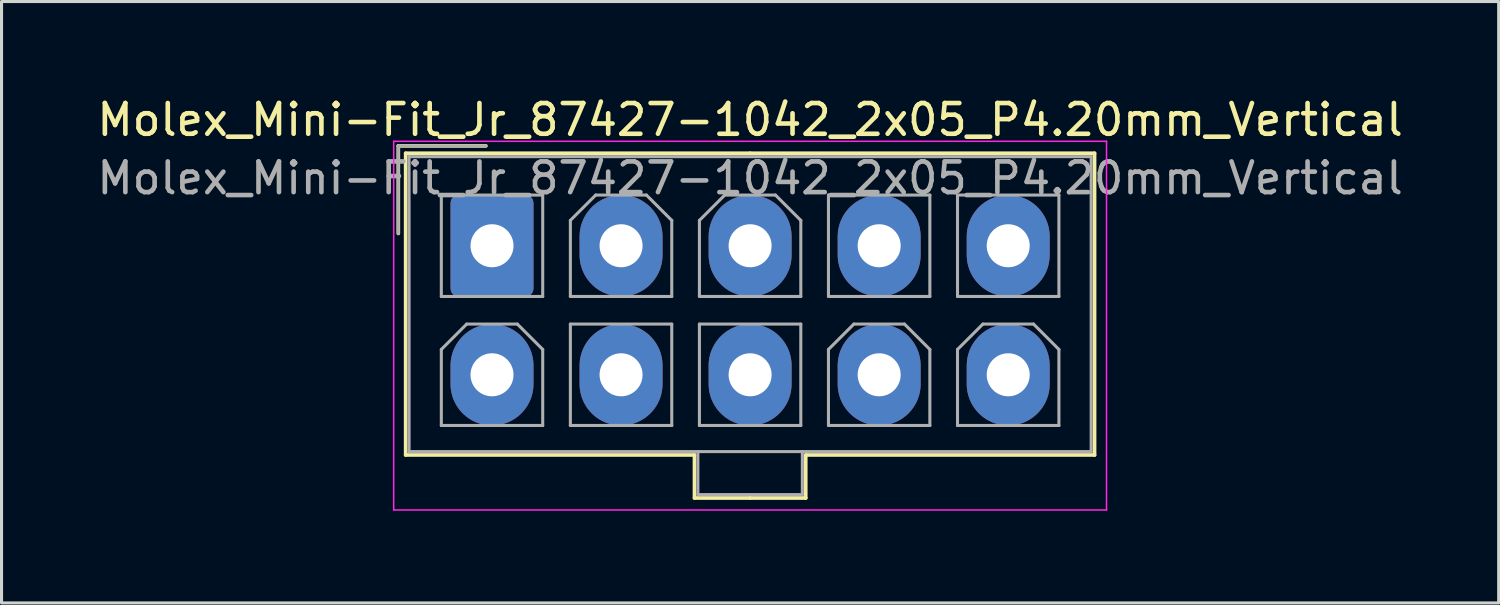
<source format=kicad_pcb>
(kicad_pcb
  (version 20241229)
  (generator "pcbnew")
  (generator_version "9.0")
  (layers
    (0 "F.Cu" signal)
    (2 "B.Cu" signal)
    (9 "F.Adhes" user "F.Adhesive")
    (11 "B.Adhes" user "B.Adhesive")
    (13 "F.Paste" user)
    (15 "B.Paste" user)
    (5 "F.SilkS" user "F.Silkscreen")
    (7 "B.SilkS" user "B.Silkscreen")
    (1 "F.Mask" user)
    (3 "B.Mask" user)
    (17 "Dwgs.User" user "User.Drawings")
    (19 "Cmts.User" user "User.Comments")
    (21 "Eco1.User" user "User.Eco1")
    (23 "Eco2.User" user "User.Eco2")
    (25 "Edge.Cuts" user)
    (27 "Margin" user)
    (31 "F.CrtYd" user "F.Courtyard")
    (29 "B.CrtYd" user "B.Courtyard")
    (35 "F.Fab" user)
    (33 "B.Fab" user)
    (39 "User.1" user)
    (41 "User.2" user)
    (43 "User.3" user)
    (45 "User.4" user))
  (footprint "Molex_Mini-Fit_Jr_87427-1042_2x05_P4.20mm_Vertical"
    (layer "F.Cu")
    (at 12.963 4.948)
    (property "Reference" "Molex_Mini-Fit_Jr_87427-1042_2x05_P4.20mm_Vertical" (at 8.4 -4.1 0) (layer "F.SilkS") (effects (font (size 1 1) (thickness 0.15))))
    (attr through_hole)
    (fp_line (start -3.05 -3.25) (end -3.05 -0.4) (stroke (width 0.12) (type solid)) (layer "F.SilkS"))
    (fp_line (start -2.81 -3.01) (end -2.81 6.81) (stroke (width 0.12) (type solid)) (layer "F.SilkS"))
    (fp_line (start -2.81 6.81) (end 6.59 6.81) (stroke (width 0.12) (type solid)) (layer "F.SilkS"))
    (fp_line (start -0.2 -3.25) (end -3.05 -3.25) (stroke (width 0.12) (type solid)) (layer "F.SilkS"))
    (fp_line (start 6.59 6.81) (end 6.59 8.21) (stroke (width 0.12) (type solid)) (layer "F.SilkS"))
    (fp_line (start 6.59 8.21) (end 8.4 8.21) (stroke (width 0.12) (type solid)) (layer "F.SilkS"))
    (fp_line (start 8.4 -3.01) (end -2.81 -3.01) (stroke (width 0.12) (type solid)) (layer "F.SilkS"))
    (fp_line (start 8.4 -3.01) (end 19.61 -3.01) (stroke (width 0.12) (type solid)) (layer "F.SilkS"))
    (fp_line (start 10.21 6.81) (end 10.21 8.21) (stroke (width 0.12) (type solid)) (layer "F.SilkS"))
    (fp_line (start 10.21 8.21) (end 8.4 8.21) (stroke (width 0.12) (type solid)) (layer "F.SilkS"))
    (fp_line (start 19.61 -3.01) (end 19.61 6.81) (stroke (width 0.12) (type solid)) (layer "F.SilkS"))
    (fp_line (start 19.61 6.81) (end 10.21 6.81) (stroke (width 0.12) (type solid)) (layer "F.SilkS"))
    (fp_line (start -3.2 -3.4) (end -3.2 8.6) (stroke (width 0.05) (type solid)) (layer "F.CrtYd"))
    (fp_line (start -3.2 8.6) (end 20 8.6) (stroke (width 0.05) (type solid)) (layer "F.CrtYd"))
    (fp_line (start 20 -3.4) (end -3.2 -3.4) (stroke (width 0.05) (type solid)) (layer "F.CrtYd"))
    (fp_line (start 20 8.6) (end 20 -3.4) (stroke (width 0.05) (type solid)) (layer "F.CrtYd"))
    (fp_line (start -3.05 -3.25) (end -3.05 -0.4) (stroke (width 0.1) (type solid)) (layer "F.Fab"))
    (fp_line (start -2.7 -2.9) (end -2.7 6.7) (stroke (width 0.1) (type solid)) (layer "F.Fab"))
    (fp_line (start -2.7 6.7) (end 19.5 6.7) (stroke (width 0.1) (type solid)) (layer "F.Fab"))
    (fp_line (start -1.65 -1.65) (end -1.65 1.65) (stroke (width 0.1) (type solid)) (layer "F.Fab"))
    (fp_line (start -1.65 1.65) (end 1.65 1.65) (stroke (width 0.1) (type solid)) (layer "F.Fab"))
    (fp_line (start -1.65 3.375) (end -0.825 2.55) (stroke (width 0.1) (type solid)) (layer "F.Fab"))
    (fp_line (start -1.65 5.85) (end -1.65 3.375) (stroke (width 0.1) (type solid)) (layer "F.Fab"))
    (fp_line (start -0.825 2.55) (end 0.825 2.55) (stroke (width 0.1) (type solid)) (layer "F.Fab"))
    (fp_line (start -0.2 -3.25) (end -3.05 -3.25) (stroke (width 0.1) (type solid)) (layer "F.Fab"))
    (fp_line (start 0.825 2.55) (end 1.65 3.375) (stroke (width 0.1) (type solid)) (layer "F.Fab"))
    (fp_line (start 1.65 -1.65) (end -1.65 -1.65) (stroke (width 0.1) (type solid)) (layer "F.Fab"))
    (fp_line (start 1.65 1.65) (end 1.65 -1.65) (stroke (width 0.1) (type solid)) (layer "F.Fab"))
    (fp_line (start 1.65 3.375) (end 1.65 5.85) (stroke (width 0.1) (type solid)) (layer "F.Fab"))
    (fp_line (start 1.65 5.85) (end -1.65 5.85) (stroke (width 0.1) (type solid)) (layer "F.Fab"))
    (fp_line (start 2.55 -0.825) (end 3.375 -1.65) (stroke (width 0.1) (type solid)) (layer "F.Fab"))
    (fp_line (start 2.55 1.65) (end 2.55 -0.825) (stroke (width 0.1) (type solid)) (layer "F.Fab"))
    (fp_line (start 2.55 2.55) (end 2.55 5.85) (stroke (width 0.1) (type solid)) (layer "F.Fab"))
    (fp_line (start 2.55 5.85) (end 5.85 5.85) (stroke (width 0.1) (type solid)) (layer "F.Fab"))
    (fp_line (start 3.375 -1.65) (end 5.025 -1.65) (stroke (width 0.1) (type solid)) (layer "F.Fab"))
    (fp_line (start 5.025 -1.65) (end 5.85 -0.825) (stroke (width 0.1) (type solid)) (layer "F.Fab"))
    (fp_line (start 5.85 -0.825) (end 5.85 1.65) (stroke (width 0.1) (type solid)) (layer "F.Fab"))
    (fp_line (start 5.85 1.65) (end 2.55 1.65) (stroke (width 0.1) (type solid)) (layer "F.Fab"))
    (fp_line (start 5.85 2.55) (end 2.55 2.55) (stroke (width 0.1) (type solid)) (layer "F.Fab"))
    (fp_line (start 5.85 5.85) (end 5.85 2.55) (stroke (width 0.1) (type solid)) (layer "F.Fab"))
    (fp_line (start 6.7 6.7) (end 6.7 8.1) (stroke (width 0.1) (type solid)) (layer "F.Fab"))
    (fp_line (start 6.7 8.1) (end 10.1 8.1) (stroke (width 0.1) (type solid)) (layer "F.Fab"))
    (fp_line (start 6.75 -0.825) (end 7.575 -1.65) (stroke (width 0.1) (type solid)) (layer "F.Fab"))
    (fp_line (start 6.75 1.65) (end 6.75 -0.825) (stroke (width 0.1) (type solid)) (layer "F.Fab"))
    (fp_line (start 6.75 2.55) (end 6.75 5.85) (stroke (width 0.1) (type solid)) (layer "F.Fab"))
    (fp_line (start 6.75 5.85) (end 10.05 5.85) (stroke (width 0.1) (type solid)) (layer "F.Fab"))
    (fp_line (start 7.575 -1.65) (end 9.225 -1.65) (stroke (width 0.1) (type solid)) (layer "F.Fab"))
    (fp_line (start 9.225 -1.65) (end 10.05 -0.825) (stroke (width 0.1) (type solid)) (layer "F.Fab"))
    (fp_line (start 10.05 -0.825) (end 10.05 1.65) (stroke (width 0.1) (type solid)) (layer "F.Fab"))
    (fp_line (start 10.05 1.65) (end 6.75 1.65) (stroke (width 0.1) (type solid)) (layer "F.Fab"))
    (fp_line (start 10.05 2.55) (end 6.75 2.55) (stroke (width 0.1) (type solid)) (layer "F.Fab"))
    (fp_line (start 10.05 5.85) (end 10.05 2.55) (stroke (width 0.1) (type solid)) (layer "F.Fab"))
    (fp_line (start 10.1 8.1) (end 10.1 6.7) (stroke (width 0.1) (type solid)) (layer "F.Fab"))
    (fp_line (start 10.95 -1.65) (end 10.95 1.65) (stroke (width 0.1) (type solid)) (layer "F.Fab"))
    (fp_line (start 10.95 1.65) (end 14.25 1.65) (stroke (width 0.1) (type solid)) (layer "F.Fab"))
    (fp_line (start 10.95 3.375) (end 11.775 2.55) (stroke (width 0.1) (type solid)) (layer "F.Fab"))
    (fp_line (start 10.95 5.85) (end 10.95 3.375) (stroke (width 0.1) (type solid)) (layer "F.Fab"))
    (fp_line (start 11.775 2.55) (end 13.425 2.55) (stroke (width 0.1) (type solid)) (layer "F.Fab"))
    (fp_line (start 13.425 2.55) (end 14.25 3.375) (stroke (width 0.1) (type solid)) (layer "F.Fab"))
    (fp_line (start 14.25 -1.65) (end 10.95 -1.65) (stroke (width 0.1) (type solid)) (layer "F.Fab"))
    (fp_line (start 14.25 1.65) (end 14.25 -1.65) (stroke (width 0.1) (type solid)) (layer "F.Fab"))
    (fp_line (start 14.25 3.375) (end 14.25 5.85) (stroke (width 0.1) (type solid)) (layer "F.Fab"))
    (fp_line (start 14.25 5.85) (end 10.95 5.85) (stroke (width 0.1) (type solid)) (layer "F.Fab"))
    (fp_line (start 15.15 -1.65) (end 15.15 1.65) (stroke (width 0.1) (type solid)) (layer "F.Fab"))
    (fp_line (start 15.15 1.65) (end 18.45 1.65) (stroke (width 0.1) (type solid)) (layer "F.Fab"))
    (fp_line (start 15.15 3.375) (end 15.975 2.55) (stroke (width 0.1) (type solid)) (layer "F.Fab"))
    (fp_line (start 15.15 5.85) (end 15.15 3.375) (stroke (width 0.1) (type solid)) (layer "F.Fab"))
    (fp_line (start 15.975 2.55) (end 17.625 2.55) (stroke (width 0.1) (type solid)) (layer "F.Fab"))
    (fp_line (start 17.625 2.55) (end 18.45 3.375) (stroke (width 0.1) (type solid)) (layer "F.Fab"))
    (fp_line (start 18.45 -1.65) (end 15.15 -1.65) (stroke (width 0.1) (type solid)) (layer "F.Fab"))
    (fp_line (start 18.45 1.65) (end 18.45 -1.65) (stroke (width 0.1) (type solid)) (layer "F.Fab"))
    (fp_line (start 18.45 3.375) (end 18.45 5.85) (stroke (width 0.1) (type solid)) (layer "F.Fab"))
    (fp_line (start 18.45 5.85) (end 15.15 5.85) (stroke (width 0.1) (type solid)) (layer "F.Fab"))
    (fp_line (start 19.5 -2.9) (end -2.7 -2.9) (stroke (width 0.1) (type solid)) (layer "F.Fab"))
    (fp_line (start 19.5 6.7) (end 19.5 -2.9) (stroke (width 0.1) (type solid)) (layer "F.Fab"))
    (fp_text user "${REFERENCE}" (at 8.4 -2.2 0) (layer "F.Fab") (effects (font (size 1 1) (thickness 0.15))))
    (pad "1" thru_hole roundrect (at 0 0) (size 2.7 3.3) (drill 1.4) (layers "*.Cu" "*.Mask") (roundrect_rratio 0.093))
    (pad "2" thru_hole oval (at 4.2 0) (size 2.7 3.3) (drill 1.4) (layers "*.Cu" "*.Mask"))
    (pad "3" thru_hole oval (at 8.4 0) (size 2.7 3.3) (drill 1.4) (layers "*.Cu" "*.Mask"))
    (pad "4" thru_hole oval (at 12.6 0) (size 2.7 3.3) (drill 1.4) (layers "*.Cu" "*.Mask"))
    (pad "5" thru_hole oval (at 16.8 0) (size 2.7 3.3) (drill 1.4) (layers "*.Cu" "*.Mask"))
    (pad "6" thru_hole oval (at 0 4.2) (size 2.7 3.3) (drill 1.4) (layers "*.Cu" "*.Mask"))
    (pad "7" thru_hole oval (at 4.2 4.2) (size 2.7 3.3) (drill 1.4) (layers "*.Cu" "*.Mask"))
    (pad "8" thru_hole oval (at 8.4 4.2) (size 2.7 3.3) (drill 1.4) (layers "*.Cu" "*.Mask"))
    (pad "9" thru_hole oval (at 12.6 4.2) (size 2.7 3.3) (drill 1.4) (layers "*.Cu" "*.Mask"))
    (pad "10" thru_hole oval (at 16.8 4.2) (size 2.7 3.3) (drill 1.4) (layers "*.Cu" "*.Mask")))
  (gr_rect
    (start -3 -3)
    (end 45.726 16.573)
    (stroke (width 0.1) (type default))
    (fill no)
    (layer "Edge.Cuts")))
</source>
